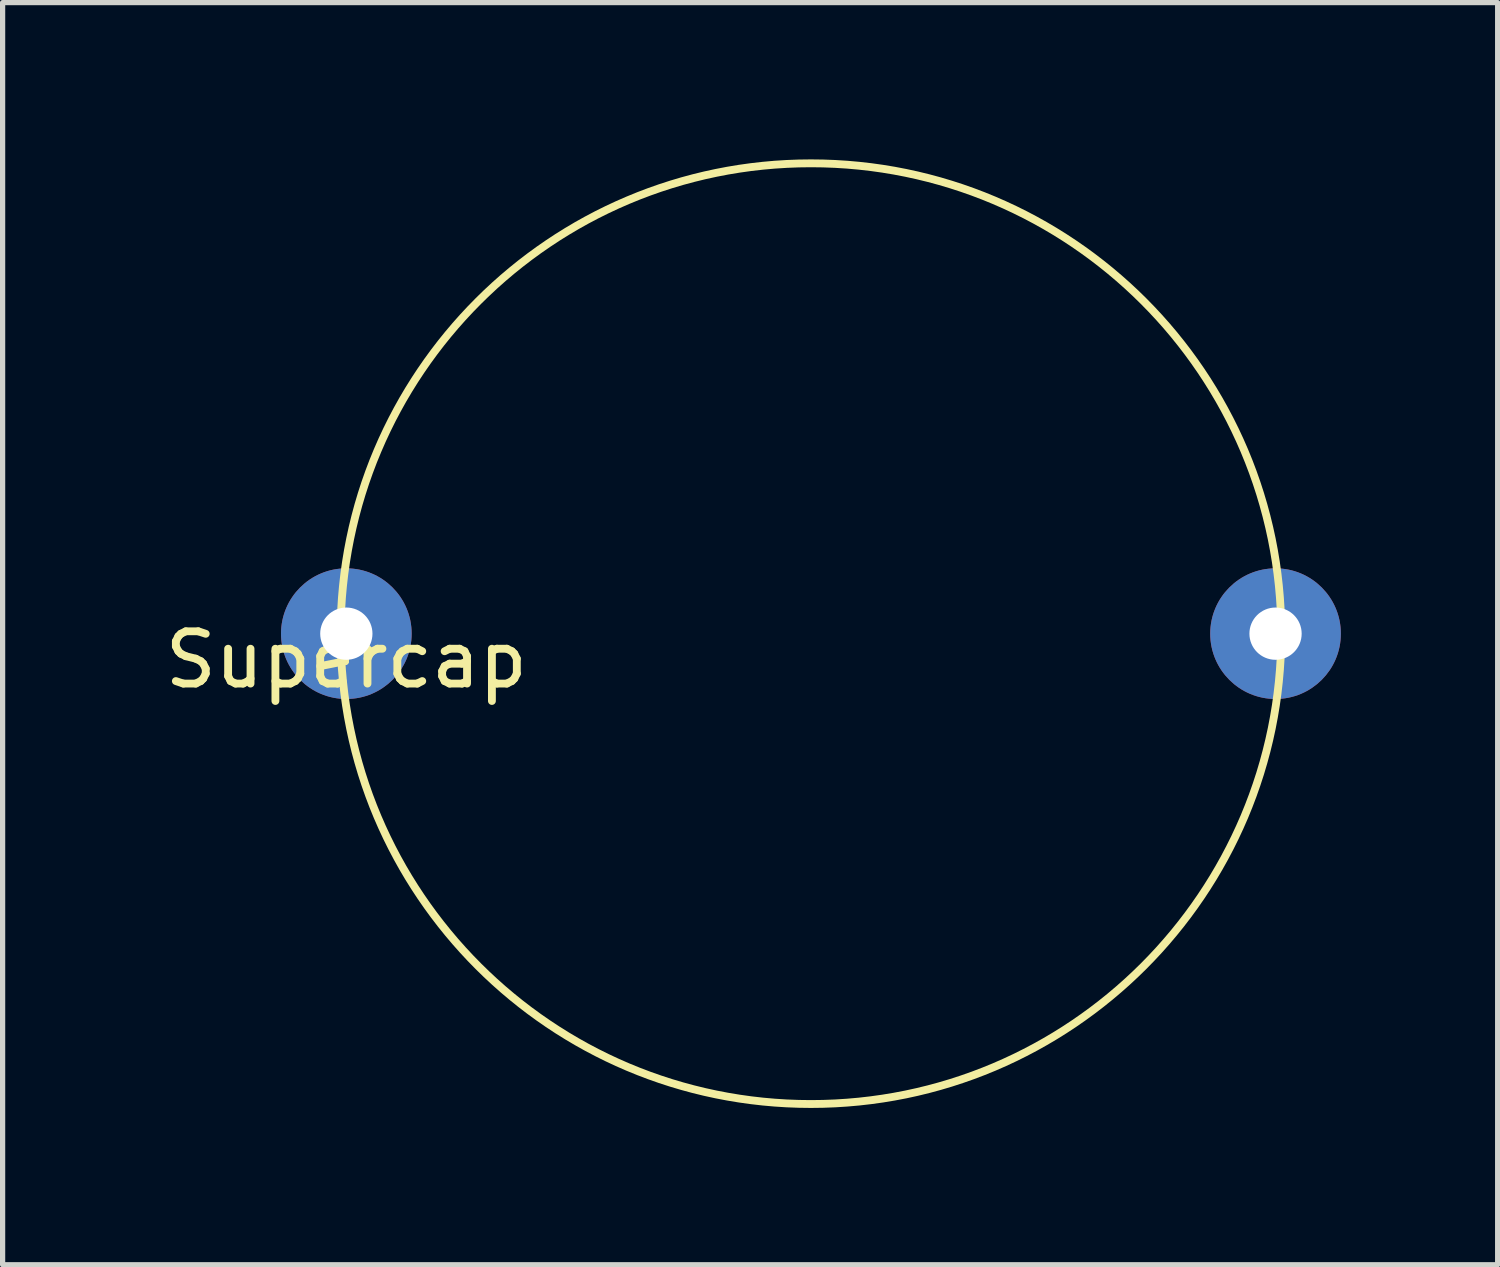
<source format=kicad_pcb>
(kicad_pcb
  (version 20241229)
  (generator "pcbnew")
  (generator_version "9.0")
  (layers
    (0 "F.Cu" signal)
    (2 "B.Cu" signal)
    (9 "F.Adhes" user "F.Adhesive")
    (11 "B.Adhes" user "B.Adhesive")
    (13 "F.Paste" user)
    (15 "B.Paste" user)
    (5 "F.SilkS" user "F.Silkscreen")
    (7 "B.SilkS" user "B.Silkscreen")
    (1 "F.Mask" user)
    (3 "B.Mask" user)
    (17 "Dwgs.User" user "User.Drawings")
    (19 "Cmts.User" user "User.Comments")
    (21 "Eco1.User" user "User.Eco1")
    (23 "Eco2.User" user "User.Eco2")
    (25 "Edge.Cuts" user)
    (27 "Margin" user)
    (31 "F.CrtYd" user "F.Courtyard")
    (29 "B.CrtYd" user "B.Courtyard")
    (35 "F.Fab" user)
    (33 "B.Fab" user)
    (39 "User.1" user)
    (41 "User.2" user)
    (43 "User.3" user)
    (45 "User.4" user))
  (footprint "Supercap"
    (layer "F.Cu")
    (at 3.577 9.075)
    (property "Reference" "Supercap" (at 0 0.5 0) (layer "F.SilkS") (effects (font (size 1 1) (thickness 0.15))))
    (attr through_hole)
    (fp_circle (center 8.89 0) (end 17.89 0) (stroke (width 0.15) (type solid)) (fill no) (layer "F.SilkS"))
    (pad "1" thru_hole circle (at 0 0) (size 2.5 2.5) (drill 1) (layers "*.Cu" "*.Mask"))
    (pad "2" thru_hole circle (at 17.78 0) (size 2.5 2.5) (drill 1) (layers "*.Cu" "*.Mask")))
  (gr_rect
    (start -3 -3)
    (end 25.607 21.15)
    (stroke (width 0.1) (type default))
    (fill no)
    (layer "Edge.Cuts")))
</source>
